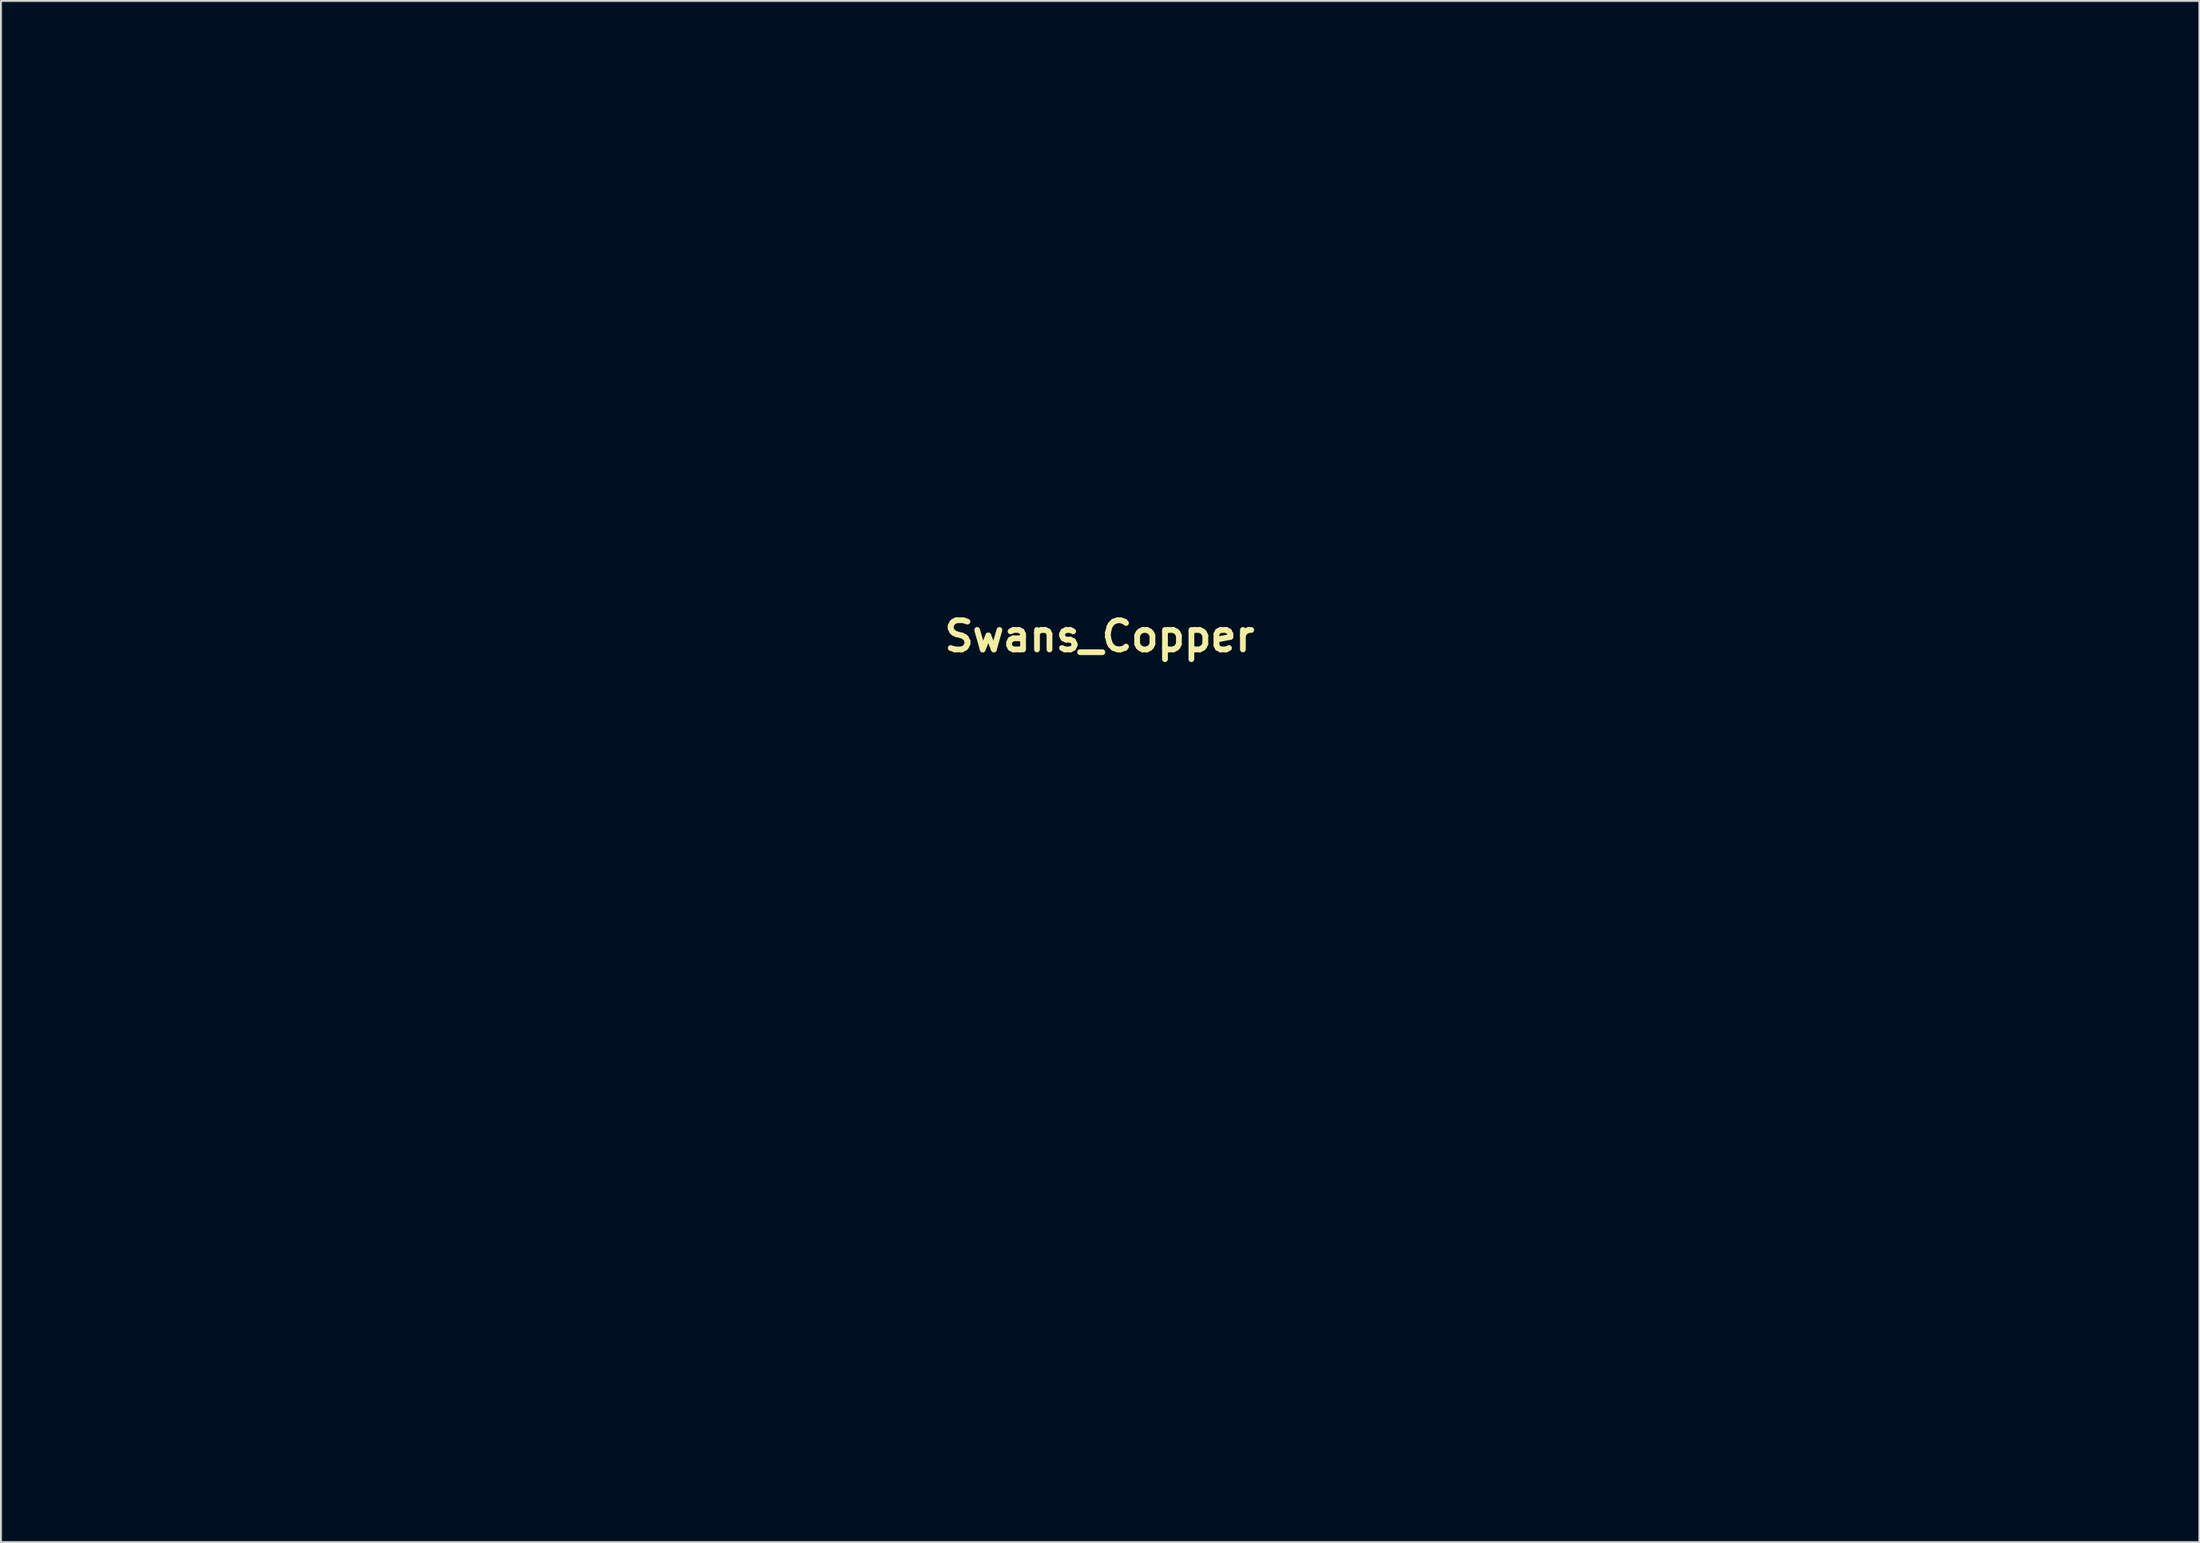
<source format=kicad_pcb>
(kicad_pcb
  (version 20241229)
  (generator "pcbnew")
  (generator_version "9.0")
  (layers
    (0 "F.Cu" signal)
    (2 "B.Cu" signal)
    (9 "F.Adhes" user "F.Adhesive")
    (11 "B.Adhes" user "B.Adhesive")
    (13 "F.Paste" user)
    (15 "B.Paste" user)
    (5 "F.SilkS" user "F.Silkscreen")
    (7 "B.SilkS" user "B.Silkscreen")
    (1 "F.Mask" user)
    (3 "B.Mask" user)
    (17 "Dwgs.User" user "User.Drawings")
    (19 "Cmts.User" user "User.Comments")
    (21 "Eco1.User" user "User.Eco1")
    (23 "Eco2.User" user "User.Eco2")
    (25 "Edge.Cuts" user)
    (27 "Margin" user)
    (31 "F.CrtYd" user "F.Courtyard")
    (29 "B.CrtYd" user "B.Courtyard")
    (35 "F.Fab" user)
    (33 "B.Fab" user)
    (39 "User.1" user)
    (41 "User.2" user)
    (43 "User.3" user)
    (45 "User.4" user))
  (footprint "Swans_Copper"
    (layer "F.Cu")
    (at 54.307 30.144)
    (property "Reference" "Swans_Copper" (at 0 0 0) (layer "F.SilkS") (effects (font (size 1.524 1.524) (thickness 0.3))))
    (attr through_hole)
    (fp_poly (pts (xy -32.246 -27.362) (xy -31.662 -27.349) (xy -30.49 -23.623) (xy -30.348 -23.172) (xy -30.211 -22.737) (xy -30.08 -22.32) (xy -29.957 -21.926) (xy -29.841 -21.556) (xy -29.734 -21.215) (xy -29.637 -20.906) (xy -29.552 -20.632) (xy -29.478 -20.395) (xy -29.418 -20.201) (xy -29.371 -20.05) (xy -29.34 -19.948) (xy -29.324 -19.896) (xy -29.323 -19.891) (xy -29.343 -19.911) (xy -29.4 -19.972) (xy -29.493 -20.071) (xy -29.618 -20.206) (xy -29.773 -20.375) (xy -29.957 -20.574) (xy -30.167 -20.802) (xy -30.4 -21.056) (xy -30.655 -21.333) (xy -30.93 -21.632) (xy -31.222 -21.95) (xy -31.528 -22.284) (xy -31.847 -22.632) (xy -32.101 -22.909) (xy -32.429 -23.267) (xy -32.745 -23.612) (xy -33.048 -23.944) (xy -33.336 -24.26) (xy -33.605 -24.556) (xy -33.855 -24.831) (xy -34.082 -25.082) (xy -34.285 -25.307) (xy -34.461 -25.503) (xy -34.609 -25.668) (xy -34.725 -25.799) (xy -34.807 -25.894) (xy -34.855 -25.95) (xy -34.865 -25.966) (xy -34.848 -26.003) (xy -34.806 -26.078) (xy -34.747 -26.182) (xy -34.676 -26.303) (xy -34.675 -26.304) (xy -34.571 -26.471) (xy -34.46 -26.621) (xy -34.329 -26.773) (xy -34.188 -26.922) (xy -34.063 -27.046) (xy -33.968 -27.136) (xy -33.893 -27.197) (xy -33.829 -27.238) (xy -33.765 -27.267) (xy -33.72 -27.281) (xy -33.581 -27.312) (xy -33.39 -27.336) (xy -33.151 -27.353) (xy -32.872 -27.363) (xy -32.556 -27.366) (xy -32.246 -27.362)) (stroke (width 0.01) (type solid)) (fill no) (layer "Eco1.User"))
    (fp_poly (pts (xy 34.975 -30.138) (xy 34.967 -30.101) (xy 34.947 -30.023) (xy 34.917 -29.917) (xy 34.902 -29.867) (xy 34.842 -29.647) (xy 34.797 -29.444) (xy 34.765 -29.241) (xy 34.745 -29.025) (xy 34.735 -28.78) (xy 34.732 -28.524) (xy 34.736 -28.21) (xy 34.749 -27.916) (xy 34.774 -27.63) (xy 34.812 -27.336) (xy 34.865 -27.023) (xy 34.934 -26.675) (xy 34.978 -26.471) (xy 35.068 -26.067) (xy 34.926 -25.916) (xy 34.889 -25.876) (xy 34.815 -25.796) (xy 34.707 -25.678) (xy 34.566 -25.525) (xy 34.396 -25.34) (xy 34.199 -25.125) (xy 33.978 -24.883) (xy 33.734 -24.617) (xy 33.471 -24.33) (xy 33.191 -24.024) (xy 32.896 -23.702) (xy 32.589 -23.367) (xy 32.272 -23.021) (xy 32.205 -22.948) (xy 31.816 -22.523) (xy 31.465 -22.139) (xy 31.149 -21.794) (xy 30.867 -21.487) (xy 30.617 -21.214) (xy 30.397 -20.974) (xy 30.205 -20.765) (xy 30.039 -20.585) (xy 29.897 -20.432) (xy 29.778 -20.304) (xy 29.68 -20.199) (xy 29.6 -20.115) (xy 29.536 -20.049) (xy 29.488 -20) (xy 29.453 -19.966) (xy 29.428 -19.945) (xy 29.413 -19.934) (xy 29.406 -19.932) (xy 29.403 -19.937) (xy 29.404 -19.946) (xy 29.406 -19.955) (xy 29.416 -19.989) (xy 29.443 -20.075) (xy 29.486 -20.212) (xy 29.543 -20.395) (xy 29.614 -20.623) (xy 29.698 -20.891) (xy 29.795 -21.198) (xy 29.902 -21.541) (xy 30.02 -21.916) (xy 30.147 -22.321) (xy 30.282 -22.752) (xy 30.425 -23.207) (xy 30.575 -23.683) (xy 30.731 -24.178) (xy 30.891 -24.687) (xy 30.921 -24.782) (xy 31.111 -25.387) (xy 31.285 -25.94) (xy 31.354 -26.156) (xy 32.267 -26.156) (xy 32.273 -26.114) (xy 32.306 -26.056) (xy 32.361 -26.051) (xy 32.437 -26.098) (xy 32.532 -26.198) (xy 32.552 -26.222) (xy 32.639 -26.34) (xy 32.739 -26.491) (xy 32.849 -26.669) (xy 32.964 -26.867) (xy 33.083 -27.077) (xy 33.201 -27.295) (xy 33.314 -27.512) (xy 33.42 -27.722) (xy 33.514 -27.918) (xy 33.594 -28.094) (xy 33.656 -28.244) (xy 33.696 -28.36) (xy 33.711 -28.435) (xy 33.709 -28.454) (xy 33.66 -28.507) (xy 33.569 -28.548) (xy 33.451 -28.573) (xy 33.322 -28.579) (xy 33.197 -28.566) (xy 33.14 -28.55) (xy 33.088 -28.518) (xy 33.031 -28.456) (xy 32.968 -28.358) (xy 32.895 -28.219) (xy 32.81 -28.035) (xy 32.709 -27.801) (xy 32.701 -27.78) (xy 32.612 -27.553) (xy 32.528 -27.316) (xy 32.452 -27.077) (xy 32.386 -26.844) (xy 32.333 -26.628) (xy 32.294 -26.435) (xy 32.271 -26.275) (xy 32.267 -26.156) (xy 31.354 -26.156) (xy 31.444 -26.442) (xy 31.587 -26.895) (xy 31.715 -27.302) (xy 31.831 -27.665) (xy 31.933 -27.988) (xy 32.024 -28.271) (xy 32.104 -28.519) (xy 32.173 -28.732) (xy 32.233 -28.914) (xy 32.284 -29.067) (xy 32.327 -29.193) (xy 32.362 -29.295) (xy 32.392 -29.375) (xy 32.416 -29.436) (xy 32.435 -29.48) (xy 32.451 -29.509) (xy 32.463 -29.527) (xy 32.473 -29.534) (xy 32.48 -29.535) (xy 32.535 -29.521) (xy 32.628 -29.497) (xy 32.743 -29.467) (xy 32.772 -29.46) (xy 33.049 -29.408) (xy 33.319 -29.398) (xy 33.588 -29.432) (xy 33.864 -29.51) (xy 34.151 -29.636) (xy 34.457 -29.809) (xy 34.662 -29.944) (xy 34.778 -30.023) (xy 34.875 -30.085) (xy 34.943 -30.125) (xy 34.974 -30.139) (xy 34.975 -30.138)) (stroke (width 0.01) (type solid)) (fill no) (layer "Eco1.User"))
    (fp_poly (pts (xy -27.066 0.618) (xy -27.068 0.664) (xy -27.076 0.755) (xy -27.088 0.88) (xy -27.103 1.025) (xy -27.107 1.056) (xy -27.179 1.799) (xy -27.234 2.566) (xy -27.273 3.342) (xy -27.295 4.113) (xy -27.3 4.865) (xy -27.286 5.585) (xy -27.269 6.005) (xy -27.257 6.222) (xy -27.243 6.39) (xy -27.225 6.519) (xy -27.201 6.616) (xy -27.168 6.692) (xy -27.125 6.755) (xy -27.068 6.815) (xy -27.06 6.822) (xy -26.919 6.92) (xy -26.744 6.98) (xy -26.534 7.002) (xy -26.287 6.984) (xy -26.002 6.928) (xy -25.677 6.834) (xy -25.31 6.7) (xy -25.272 6.685) (xy -25.137 6.631) (xy -25.022 6.587) (xy -24.938 6.555) (xy -24.895 6.54) (xy -24.892 6.54) (xy -24.894 6.563) (xy -24.926 6.632) (xy -24.986 6.741) (xy -25.07 6.887) (xy -25.178 7.066) (xy -25.305 7.273) (xy -25.451 7.506) (xy -25.611 7.759) (xy -25.785 8.03) (xy -25.956 8.291) (xy -26.2 8.669) (xy -26.413 9.005) (xy -26.596 9.304) (xy -26.751 9.571) (xy -26.882 9.813) (xy -26.991 10.032) (xy -27.08 10.236) (xy -27.152 10.428) (xy -27.21 10.615) (xy -27.256 10.8) (xy -27.288 10.962) (xy -27.308 11.129) (xy -27.318 11.347) (xy -27.319 11.607) (xy -27.311 11.904) (xy -27.294 12.23) (xy -27.269 12.579) (xy -27.253 12.758) (xy -27.147 13.633) (xy -26.997 14.518) (xy -26.804 15.406) (xy -26.571 16.288) (xy -26.3 17.154) (xy -25.995 17.995) (xy -25.657 18.804) (xy -25.289 19.57) (xy -25.253 19.641) (xy -25.184 19.776) (xy -25.128 19.89) (xy -25.089 19.975) (xy -25.072 20.021) (xy -25.072 20.027) (xy -25.104 20.013) (xy -25.175 19.974) (xy -25.275 19.917) (xy -25.385 19.851) (xy -25.768 19.6) (xy -26.166 19.3) (xy -26.575 18.957) (xy -26.99 18.574) (xy -27.404 18.158) (xy -27.813 17.714) (xy -28.212 17.247) (xy -28.555 16.813) (xy -28.683 16.648) (xy -28.788 16.527) (xy -28.876 16.442) (xy -28.954 16.388) (xy -29.031 16.36) (xy -29.114 16.35) (xy -29.131 16.35) (xy -29.227 16.358) (xy -29.322 16.386) (xy -29.418 16.435) (xy -29.517 16.51) (xy -29.621 16.612) (xy -29.733 16.745) (xy -29.853 16.912) (xy -29.986 17.115) (xy -30.131 17.357) (xy -30.293 17.641) (xy -30.472 17.971) (xy -30.672 18.349) (xy -30.858 18.71) (xy -30.962 18.911) (xy -31.059 19.094) (xy -31.144 19.253) (xy -31.215 19.382) (xy -31.268 19.475) (xy -31.3 19.525) (xy -31.307 19.532) (xy -31.314 19.522) (xy -31.319 19.491) (xy -31.321 19.435) (xy -31.32 19.349) (xy -31.317 19.229) (xy -31.311 19.071) (xy -31.301 18.871) (xy -31.288 18.625) (xy -31.272 18.33) (xy -31.253 17.98) (xy -31.252 17.97) (xy -31.24 17.754) (xy -31.23 17.545) (xy -31.221 17.353) (xy -31.215 17.189) (xy -31.211 17.065) (xy -31.21 17.014) (xy -31.21 16.788) (xy -31.334 16.802) (xy -31.417 16.811) (xy -31.538 16.824) (xy -31.679 16.839) (xy -31.765 16.848) (xy -31.918 16.866) (xy -32.105 16.892) (xy -32.3 16.922) (xy -32.464 16.949) (xy -32.608 16.973) (xy -32.729 16.993) (xy -32.818 17.006) (xy -32.862 17.01) (xy -32.866 17.01) (xy -32.851 16.986) (xy -32.806 16.927) (xy -32.738 16.842) (xy -32.665 16.756) (xy -32.245 16.25) (xy -31.868 15.774) (xy -31.53 15.325) (xy -31.23 14.896) (xy -30.964 14.484) (xy -30.729 14.084) (xy -30.521 13.689) (xy -30.339 13.297) (xy -30.178 12.901) (xy -30.08 12.627) (xy -30.042 12.515) (xy -30.006 12.402) (xy -29.971 12.284) (xy -29.935 12.156) (xy -29.898 12.014) (xy -29.858 11.854) (xy -29.815 11.673) (xy -29.768 11.465) (xy -29.716 11.227) (xy -29.658 10.954) (xy -29.592 10.643) (xy -29.519 10.289) (xy -29.436 9.888) (xy -29.344 9.436) (xy -29.295 9.197) (xy -29.149 8.484) (xy -29.012 7.824) (xy -28.883 7.213) (xy -28.761 6.646) (xy -28.645 6.119) (xy -28.534 5.628) (xy -28.428 5.169) (xy -28.324 4.736) (xy -28.222 4.325) (xy -28.121 3.933) (xy -28.021 3.555) (xy -27.919 3.186) (xy -27.815 2.823) (xy -27.805 2.79) (xy -27.736 2.556) (xy -27.661 2.313) (xy -27.584 2.066) (xy -27.506 1.822) (xy -27.428 1.584) (xy -27.353 1.36) (xy -27.283 1.155) (xy -27.22 0.975) (xy -27.165 0.824) (xy -27.12 0.709) (xy -27.087 0.636) (xy -27.069 0.61) (xy -27.066 0.618)) (stroke (width 0.01) (type solid)) (fill no) (layer "Eco1.User"))
    (fp_poly (pts (xy 27.147 0.614) (xy 27.176 0.683) (xy 27.218 0.793) (xy 27.27 0.934) (xy 27.33 1.101) (xy 27.394 1.284) (xy 27.461 1.476) (xy 27.526 1.671) (xy 27.588 1.859) (xy 27.644 2.033) (xy 27.647 2.044) (xy 27.777 2.465) (xy 27.903 2.895) (xy 28.028 3.337) (xy 28.152 3.796) (xy 28.276 4.276) (xy 28.401 4.782) (xy 28.529 5.316) (xy 28.66 5.885) (xy 28.795 6.492) (xy 28.936 7.141) (xy 29.083 7.836) (xy 29.237 8.583) (xy 29.341 9.094) (xy 29.441 9.586) (xy 29.531 10.024) (xy 29.611 10.414) (xy 29.683 10.758) (xy 29.747 11.061) (xy 29.805 11.328) (xy 29.858 11.563) (xy 29.906 11.769) (xy 29.95 11.95) (xy 29.992 12.112) (xy 30.031 12.257) (xy 30.07 12.391) (xy 30.11 12.516) (xy 30.149 12.636) (xy 30.281 13) (xy 30.429 13.358) (xy 30.597 13.714) (xy 30.787 14.073) (xy 31.002 14.44) (xy 31.246 14.819) (xy 31.522 15.215) (xy 31.832 15.633) (xy 32.18 16.078) (xy 32.568 16.555) (xy 32.688 16.701) (xy 32.826 16.866) (xy 32.949 17.017) (xy 33.055 17.148) (xy 33.137 17.252) (xy 33.192 17.324) (xy 33.215 17.359) (xy 33.215 17.361) (xy 33.183 17.36) (xy 33.104 17.35) (xy 32.988 17.33) (xy 32.845 17.304) (xy 32.753 17.287) (xy 32.605 17.259) (xy 32.434 17.229) (xy 32.254 17.199) (xy 32.075 17.171) (xy 31.908 17.146) (xy 31.765 17.126) (xy 31.658 17.113) (xy 31.598 17.109) (xy 31.593 17.136) (xy 31.591 17.215) (xy 31.593 17.335) (xy 31.596 17.491) (xy 31.602 17.673) (xy 31.61 17.875) (xy 31.62 18.087) (xy 31.631 18.302) (xy 31.643 18.513) (xy 31.647 18.583) (xy 31.658 18.776) (xy 31.667 18.974) (xy 31.672 19.166) (xy 31.675 19.345) (xy 31.674 19.501) (xy 31.671 19.626) (xy 31.665 19.71) (xy 31.655 19.745) (xy 31.655 19.745) (xy 31.613 19.76) (xy 31.556 19.776) (xy 31.535 19.779) (xy 31.515 19.775) (xy 31.492 19.76) (xy 31.465 19.727) (xy 31.429 19.672) (xy 31.382 19.591) (xy 31.32 19.478) (xy 31.242 19.328) (xy 31.143 19.137) (xy 31.021 18.899) (xy 31.005 18.867) (xy 30.781 18.434) (xy 30.58 18.052) (xy 30.399 17.716) (xy 30.236 17.426) (xy 30.09 17.177) (xy 29.957 16.967) (xy 29.837 16.793) (xy 29.727 16.653) (xy 29.624 16.543) (xy 29.528 16.461) (xy 29.436 16.403) (xy 29.346 16.368) (xy 29.256 16.351) (xy 29.21 16.349) (xy 29.117 16.357) (xy 29.033 16.384) (xy 28.95 16.436) (xy 28.859 16.52) (xy 28.753 16.642) (xy 28.641 16.784) (xy 28.2 17.339) (xy 27.748 17.861) (xy 27.292 18.345) (xy 26.835 18.787) (xy 26.382 19.183) (xy 25.936 19.528) (xy 25.725 19.675) (xy 25.59 19.764) (xy 25.459 19.846) (xy 25.339 19.919) (xy 25.24 19.975) (xy 25.17 20.011) (xy 25.138 20.02) (xy 25.137 20.018) (xy 25.15 19.989) (xy 25.184 19.915) (xy 25.238 19.803) (xy 25.307 19.662) (xy 25.387 19.498) (xy 25.438 19.395) (xy 25.83 18.545) (xy 26.183 17.668) (xy 26.494 16.769) (xy 26.761 15.856) (xy 26.983 14.936) (xy 27.158 14.016) (xy 27.283 13.103) (xy 27.359 12.204) (xy 27.376 11.795) (xy 27.381 11.53) (xy 27.38 11.311) (xy 27.372 11.125) (xy 27.353 10.961) (xy 27.325 10.806) (xy 27.284 10.648) (xy 27.229 10.475) (xy 27.225 10.463) (xy 27.165 10.293) (xy 27.097 10.124) (xy 27.018 9.948) (xy 26.924 9.762) (xy 26.813 9.558) (xy 26.682 9.332) (xy 26.527 9.078) (xy 26.346 8.79) (xy 26.134 8.462) (xy 26.042 8.321) (xy 25.814 7.97) (xy 25.61 7.653) (xy 25.433 7.373) (xy 25.282 7.131) (xy 25.16 6.929) (xy 25.066 6.768) (xy 25.003 6.65) (xy 24.971 6.577) (xy 24.969 6.552) (xy 25 6.557) (xy 25.072 6.58) (xy 25.17 6.619) (xy 25.213 6.637) (xy 25.598 6.788) (xy 25.946 6.899) (xy 26.257 6.97) (xy 26.529 7) (xy 26.763 6.989) (xy 26.957 6.937) (xy 27.111 6.845) (xy 27.224 6.713) (xy 27.244 6.677) (xy 27.267 6.619) (xy 27.287 6.539) (xy 27.304 6.435) (xy 27.318 6.301) (xy 27.329 6.133) (xy 27.338 5.929) (xy 27.345 5.683) (xy 27.35 5.391) (xy 27.353 5.05) (xy 27.354 4.655) (xy 27.354 4.584) (xy 27.351 3.974) (xy 27.34 3.409) (xy 27.321 2.876) (xy 27.292 2.361) (xy 27.253 1.851) (xy 27.204 1.333) (xy 27.165 0.981) (xy 27.15 0.839) (xy 27.139 0.72) (xy 27.133 0.635) (xy 27.133 0.594) (xy 27.133 0.593) (xy 27.147 0.614)) (stroke (width 0.01) (type solid)) (fill no) (layer "Eco1.User"))
    (fp_poly (pts (xy 47.572 26.409) (xy 47.634 26.452) (xy 47.724 26.519) (xy 47.834 26.603) (xy 47.858 26.622) (xy 48.035 26.766) (xy 48.238 26.943) (xy 48.457 27.141) (xy 48.678 27.348) (xy 48.889 27.555) (xy 49.061 27.73) (xy 49.264 27.942) (xy 49.214 28.503) (xy 49.139 29.415) (xy 49.077 30.3) (xy 49.028 31.155) (xy 48.993 31.976) (xy 48.971 32.761) (xy 48.962 33.505) (xy 48.967 34.206) (xy 48.986 34.86) (xy 49.018 35.464) (xy 49.064 36.015) (xy 49.065 36.027) (xy 49.128 36.56) (xy 49.204 37.04) (xy 49.293 37.469) (xy 49.397 37.852) (xy 49.518 38.191) (xy 49.656 38.491) (xy 49.814 38.754) (xy 49.992 38.985) (xy 50.191 39.187) (xy 50.249 39.238) (xy 50.393 39.352) (xy 50.543 39.458) (xy 50.706 39.557) (xy 50.888 39.655) (xy 51.097 39.754) (xy 51.339 39.857) (xy 51.622 39.969) (xy 51.952 40.091) (xy 52.055 40.129) (xy 52.379 40.247) (xy 52.653 40.352) (xy 52.885 40.447) (xy 53.083 40.534) (xy 53.253 40.618) (xy 53.403 40.7) (xy 53.48 40.746) (xy 53.682 40.89) (xy 53.877 41.061) (xy 54.052 41.246) (xy 54.192 41.432) (xy 54.253 41.535) (xy 54.304 41.633) (xy 54.342 41.71) (xy 54.361 41.753) (xy 54.362 41.757) (xy 54.336 41.755) (xy 54.264 41.739) (xy 54.156 41.712) (xy 54.025 41.677) (xy 54.004 41.672) (xy 53.446 41.532) (xy 52.864 41.412) (xy 52.267 41.312) (xy 51.662 41.233) (xy 51.058 41.175) (xy 50.461 41.139) (xy 49.88 41.126) (xy 49.322 41.135) (xy 48.796 41.167) (xy 48.309 41.223) (xy 47.967 41.282) (xy 47.505 41.405) (xy 47.063 41.578) (xy 46.647 41.799) (xy 46.263 42.065) (xy 45.918 42.372) (xy 45.913 42.376) (xy 45.686 42.625) (xy 45.466 42.903) (xy 45.25 43.219) (xy 45.031 43.58) (xy 44.843 43.921) (xy 44.777 44.047) (xy 44.72 44.151) (xy 44.68 44.225) (xy 44.66 44.258) (xy 44.659 44.26) (xy 44.644 44.235) (xy 44.607 44.169) (xy 44.554 44.071) (xy 44.489 43.95) (xy 44.479 43.933) (xy 44.24 43.518) (xy 43.995 43.161) (xy 43.745 42.858) (xy 43.487 42.61) (xy 43.22 42.414) (xy 42.943 42.269) (xy 42.915 42.257) (xy 42.795 42.218) (xy 42.623 42.176) (xy 42.407 42.133) (xy 42.154 42.09) (xy 41.87 42.047) (xy 41.561 42.007) (xy 41.443 41.993) (xy 41.25 41.976) (xy 41.017 41.962) (xy 40.755 41.951) (xy 40.476 41.944) (xy 40.192 41.941) (xy 39.913 41.942) (xy 39.651 41.947) (xy 39.419 41.956) (xy 39.226 41.969) (xy 39.136 41.978) (xy 38.594 42.058) (xy 38.083 42.16) (xy 37.586 42.287) (xy 37.085 42.444) (xy 36.563 42.637) (xy 36.482 42.669) (xy 36.339 42.724) (xy 36.216 42.769) (xy 36.123 42.801) (xy 36.07 42.815) (xy 36.061 42.815) (xy 36.071 42.785) (xy 36.12 42.724) (xy 36.205 42.638) (xy 36.319 42.531) (xy 36.456 42.41) (xy 36.509 42.365) (xy 36.962 42.017) (xy 37.437 41.723) (xy 37.932 41.483) (xy 38.446 41.298) (xy 38.977 41.168) (xy 39.407 41.105) (xy 39.616 41.089) (xy 39.845 41.082) (xy 40.082 41.083) (xy 40.312 41.092) (xy 40.522 41.108) (xy 40.698 41.131) (xy 40.795 41.151) (xy 40.953 41.181) (xy 41.073 41.178) (xy 41.166 41.137) (xy 41.241 41.057) (xy 41.245 41.051) (xy 41.3 40.944) (xy 41.303 40.847) (xy 41.256 40.742) (xy 41.245 40.725) (xy 41.206 40.675) (xy 41.159 40.638) (xy 41.089 40.606) (xy 40.983 40.573) (xy 40.917 40.555) (xy 40.827 40.532) (xy 40.745 40.514) (xy 40.66 40.501) (xy 40.562 40.493) (xy 40.44 40.487) (xy 40.286 40.484) (xy 40.087 40.482) (xy 39.978 40.482) (xy 39.744 40.48) (xy 39.565 40.476) (xy 39.439 40.471) (xy 39.361 40.463) (xy 39.328 40.454) (xy 39.328 40.448) (xy 39.389 40.399) (xy 39.491 40.343) (xy 39.619 40.285) (xy 39.759 40.233) (xy 39.853 40.204) (xy 39.972 40.174) (xy 40.099 40.147) (xy 40.24 40.121) (xy 40.402 40.096) (xy 40.591 40.072) (xy 40.815 40.046) (xy 41.079 40.02) (xy 41.39 39.99) (xy 41.633 39.968) (xy 42.085 39.926) (xy 42.486 39.886) (xy 42.841 39.845) (xy 43.157 39.804) (xy 43.44 39.761) (xy 43.697 39.715) (xy 43.934 39.665) (xy 44.158 39.61) (xy 44.375 39.548) (xy 44.572 39.486) (xy 44.992 39.333) (xy 45.365 39.161) (xy 45.703 38.966) (xy 46.017 38.741) (xy 46.134 38.645) (xy 46.37 38.416) (xy 46.586 38.153) (xy 46.773 37.869) (xy 46.921 37.578) (xy 47.001 37.362) (xy 47.093 36.999) (xy 47.165 36.583) (xy 47.216 36.116) (xy 47.245 35.599) (xy 47.254 35.035) (xy 47.243 34.426) (xy 47.21 33.772) (xy 47.157 33.075) (xy 47.084 32.338) (xy 46.99 31.563) (xy 46.875 30.749) (xy 46.754 29.981) (xy 46.591 29) (xy 46.709 28.549) (xy 46.834 28.107) (xy 46.972 27.682) (xy 47.119 27.286) (xy 47.271 26.928) (xy 47.42 26.626) (xy 47.474 26.526) (xy 47.518 26.447) (xy 47.544 26.402) (xy 47.547 26.396) (xy 47.572 26.409)) (stroke (width 0.01) (type solid)) (fill no) (layer "Eco1.User"))
    (fp_poly (pts (xy -46.976 25.996) (xy -46.959 26.078) (xy -46.933 26.205) (xy -46.9 26.373) (xy -46.861 26.576) (xy -46.816 26.808) (xy -46.767 27.064) (xy -46.715 27.335) (xy -46.456 28.694) (xy -46.527 29.069) (xy -46.779 30.541) (xy -46.981 32.022) (xy -47.127 33.458) (xy -47.138 33.629) (xy -47.148 33.842) (xy -47.155 34.088) (xy -47.161 34.358) (xy -47.164 34.644) (xy -47.165 34.936) (xy -47.165 35.226) (xy -47.162 35.505) (xy -47.157 35.765) (xy -47.151 35.995) (xy -47.142 36.189) (xy -47.131 36.336) (xy -47.127 36.377) (xy -47.07 36.765) (xy -47.002 37.103) (xy -46.918 37.4) (xy -46.814 37.665) (xy -46.688 37.906) (xy -46.536 38.131) (xy -46.355 38.349) (xy -46.263 38.445) (xy -45.957 38.729) (xy -45.622 38.975) (xy -45.254 39.187) (xy -44.845 39.369) (xy -44.389 39.525) (xy -44.324 39.544) (xy -44.105 39.604) (xy -43.891 39.658) (xy -43.673 39.706) (xy -43.444 39.75) (xy -43.198 39.79) (xy -42.928 39.828) (xy -42.626 39.864) (xy -42.285 39.901) (xy -41.898 39.938) (xy -41.574 39.968) (xy -41.184 40.004) (xy -40.848 40.037) (xy -40.558 40.07) (xy -40.311 40.103) (xy -40.1 40.137) (xy -39.921 40.172) (xy -39.767 40.211) (xy -39.634 40.253) (xy -39.516 40.299) (xy -39.425 40.342) (xy -39.346 40.384) (xy -39.295 40.416) (xy -39.276 40.441) (xy -39.294 40.458) (xy -39.353 40.469) (xy -39.456 40.475) (xy -39.609 40.478) (xy -39.814 40.479) (xy -39.891 40.479) (xy -40.121 40.48) (xy -40.304 40.483) (xy -40.449 40.489) (xy -40.566 40.499) (xy -40.665 40.512) (xy -40.758 40.531) (xy -40.771 40.534) (xy -40.945 40.579) (xy -41.069 40.624) (xy -41.151 40.676) (xy -41.199 40.741) (xy -41.22 40.826) (xy -41.224 40.902) (xy -41.198 41.024) (xy -41.127 41.121) (xy -41.021 41.179) (xy -41.013 41.181) (xy -40.956 41.182) (xy -40.857 41.173) (xy -40.734 41.154) (xy -40.648 41.138) (xy -40.433 41.105) (xy -40.178 41.085) (xy -39.902 41.077) (xy -39.624 41.082) (xy -39.361 41.101) (xy -39.296 41.108) (xy -38.741 41.205) (xy -38.206 41.355) (xy -37.694 41.56) (xy -37.205 41.817) (xy -36.742 42.128) (xy -36.304 42.49) (xy -36.195 42.593) (xy -36.097 42.688) (xy -36.018 42.767) (xy -35.966 42.823) (xy -35.948 42.847) (xy -35.948 42.847) (xy -35.976 42.84) (xy -36.049 42.814) (xy -36.156 42.773) (xy -36.287 42.721) (xy -36.342 42.699) (xy -37.002 42.451) (xy -37.653 42.252) (xy -38.3 42.101) (xy -38.952 41.998) (xy -39.616 41.941) (xy -40.299 41.93) (xy -41.007 41.964) (xy -41.662 42.03) (xy -42.002 42.075) (xy -42.291 42.122) (xy -42.537 42.172) (xy -42.748 42.23) (xy -42.932 42.298) (xy -43.097 42.379) (xy -43.249 42.477) (xy -43.398 42.593) (xy -43.55 42.732) (xy -43.605 42.786) (xy -43.842 43.049) (xy -44.071 43.357) (xy -44.294 43.715) (xy -44.421 43.946) (xy -44.485 44.067) (xy -44.538 44.166) (xy -44.575 44.234) (xy -44.591 44.26) (xy -44.591 44.26) (xy -44.606 44.235) (xy -44.643 44.168) (xy -44.697 44.068) (xy -44.765 43.942) (xy -44.8 43.875) (xy -45.076 43.391) (xy -45.36 42.963) (xy -45.657 42.587) (xy -45.969 42.261) (xy -46.301 41.983) (xy -46.656 41.748) (xy -47.038 41.556) (xy -47.451 41.402) (xy -47.897 41.284) (xy -48.304 41.211) (xy -48.785 41.156) (xy -49.311 41.127) (xy -49.871 41.121) (xy -50.458 41.14) (xy -51.062 41.18) (xy -51.675 41.243) (xy -52.288 41.327) (xy -52.893 41.432) (xy -53.48 41.556) (xy -54.041 41.699) (xy -54.047 41.701) (xy -54.302 41.773) (xy -54.258 41.666) (xy -54.15 41.461) (xy -53.999 41.253) (xy -53.819 41.058) (xy -53.679 40.935) (xy -53.547 40.837) (xy -53.407 40.744) (xy -53.252 40.655) (xy -53.074 40.565) (xy -52.869 40.471) (xy -52.629 40.371) (xy -52.348 40.262) (xy -52.019 40.14) (xy -51.909 40.101) (xy -51.553 39.968) (xy -51.245 39.846) (xy -50.981 39.731) (xy -50.753 39.618) (xy -50.554 39.505) (xy -50.377 39.387) (xy -50.215 39.261) (xy -50.073 39.135) (xy -49.867 38.916) (xy -49.69 38.672) (xy -49.538 38.395) (xy -49.407 38.079) (xy -49.293 37.715) (xy -49.267 37.618) (xy -49.189 37.286) (xy -49.121 36.945) (xy -49.063 36.587) (xy -49.015 36.209) (xy -48.976 35.804) (xy -48.946 35.366) (xy -48.924 34.89) (xy -48.91 34.37) (xy -48.904 33.801) (xy -48.903 33.502) (xy -48.92 32.219) (xy -48.972 30.894) (xy -49.059 29.531) (xy -49.18 28.134) (xy -49.204 27.894) (xy -49.219 27.727) (xy -49.225 27.581) (xy -49.223 27.436) (xy -49.212 27.27) (xy -49.198 27.121) (xy -49.155 26.7) (xy -48.639 27.753) (xy -48.49 28.054) (xy -48.362 28.309) (xy -48.254 28.517) (xy -48.168 28.677) (xy -48.103 28.788) (xy -48.062 28.847) (xy -48.053 28.855) (xy -47.943 28.9) (xy -47.822 28.898) (xy -47.713 28.851) (xy -47.679 28.823) (xy -47.664 28.808) (xy -47.651 28.793) (xy -47.638 28.773) (xy -47.624 28.746) (xy -47.61 28.707) (xy -47.593 28.652) (xy -47.572 28.578) (xy -47.548 28.48) (xy -47.518 28.355) (xy -47.482 28.199) (xy -47.439 28.007) (xy -47.389 27.777) (xy -47.329 27.504) (xy -47.259 27.184) (xy -47.179 26.814) (xy -47.118 26.532) (xy -47.079 26.359) (xy -47.045 26.207) (xy -47.016 26.086) (xy -46.995 26.003) (xy -46.984 25.967) (xy -46.983 25.967) (xy -46.976 25.996)) (stroke (width 0.01) (type solid)) (fill no) (layer "Eco1.User")))
  (gr_rect
    (start -3 -3)
    (end 111.674 77.409)
    (stroke (width 0.1) (type default))
    (fill no)
    (layer "Edge.Cuts")))
</source>
